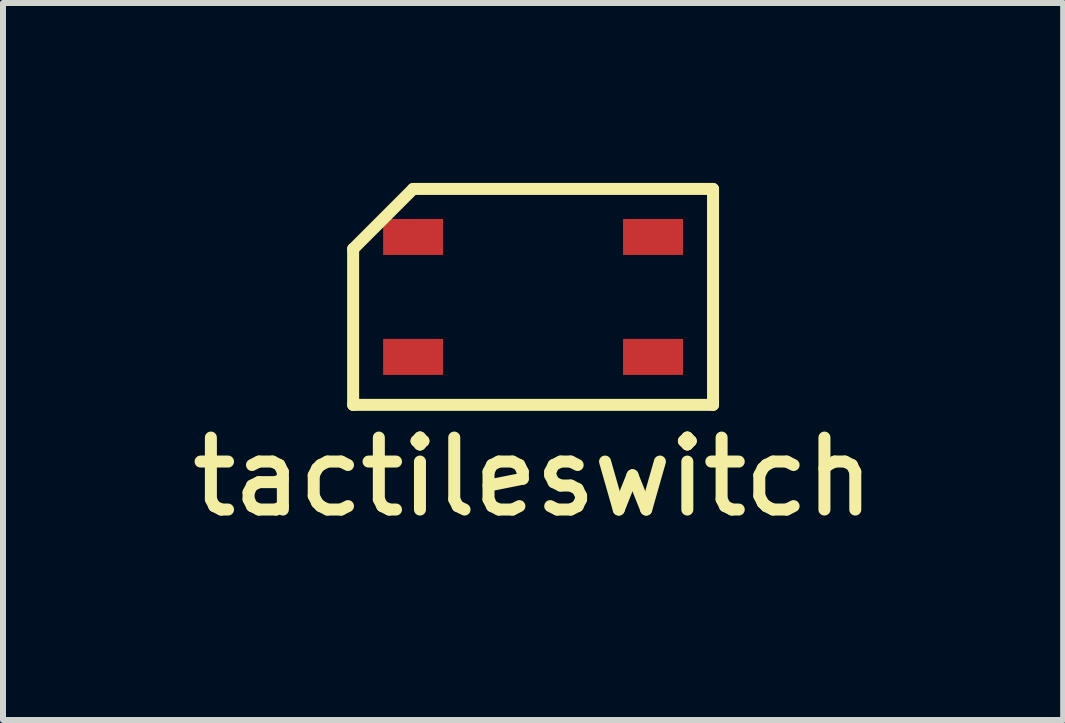
<source format=kicad_pcb>
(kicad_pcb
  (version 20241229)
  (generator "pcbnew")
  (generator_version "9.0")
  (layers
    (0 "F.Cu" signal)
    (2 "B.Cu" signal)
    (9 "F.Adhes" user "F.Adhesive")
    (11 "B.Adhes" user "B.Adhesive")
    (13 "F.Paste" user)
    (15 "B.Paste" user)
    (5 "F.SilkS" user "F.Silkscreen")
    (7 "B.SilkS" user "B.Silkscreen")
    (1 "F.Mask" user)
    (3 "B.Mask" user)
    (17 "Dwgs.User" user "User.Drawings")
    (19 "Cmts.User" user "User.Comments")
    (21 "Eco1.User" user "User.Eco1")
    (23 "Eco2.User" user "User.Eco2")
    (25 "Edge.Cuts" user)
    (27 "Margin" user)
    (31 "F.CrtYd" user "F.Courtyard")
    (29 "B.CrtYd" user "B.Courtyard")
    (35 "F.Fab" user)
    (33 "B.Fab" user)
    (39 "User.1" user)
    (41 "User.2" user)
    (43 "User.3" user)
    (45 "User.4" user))
  (footprint "tactileswitch"
    (layer "F.Cu")
    (at 5.837 1.9)
    (property "Reference" "tactileswitch" (at 0 3 0) (layer "F.SilkS") (effects (font (size 1.2 1.2) (thickness 0.2))))
    (attr through_hole)
    (fp_line (start -3 -0.8) (end -3 1.8) (stroke (width 0.2) (type solid)) (layer "F.SilkS"))
    (fp_line (start -3 1.8) (end 3 1.8) (stroke (width 0.2) (type solid)) (layer "F.SilkS"))
    (fp_line (start -2 -1.8) (end -3 -0.8) (stroke (width 0.2) (type solid)) (layer "F.SilkS"))
    (fp_line (start 3 -1.8) (end -2 -1.8) (stroke (width 0.2) (type solid)) (layer "F.SilkS"))
    (fp_line (start 3 1.8) (end 3 -1.8) (stroke (width 0.2) (type solid)) (layer "F.SilkS"))
    (pad "1" smd rect (at -2 -1) (size 1 0.6) (layers "F.Cu" "F.Mask" "F.Paste"))
    (pad "1" smd rect (at 2 -1) (size 1 0.6) (layers "F.Cu" "F.Mask" "B.Adhes" "F.Paste"))
    (pad "2" smd rect (at -2 1) (size 1 0.6) (layers "F.Cu" "F.Mask" "F.Paste"))
    (pad "2" smd rect (at 2 1) (size 1 0.6) (layers "F.Cu" "F.Mask" "F.Paste")))
  (gr_rect
    (start -3 -3)
    (end 14.674 8.953)
    (stroke (width 0.1) (type default))
    (fill no)
    (layer "Edge.Cuts")))
</source>
